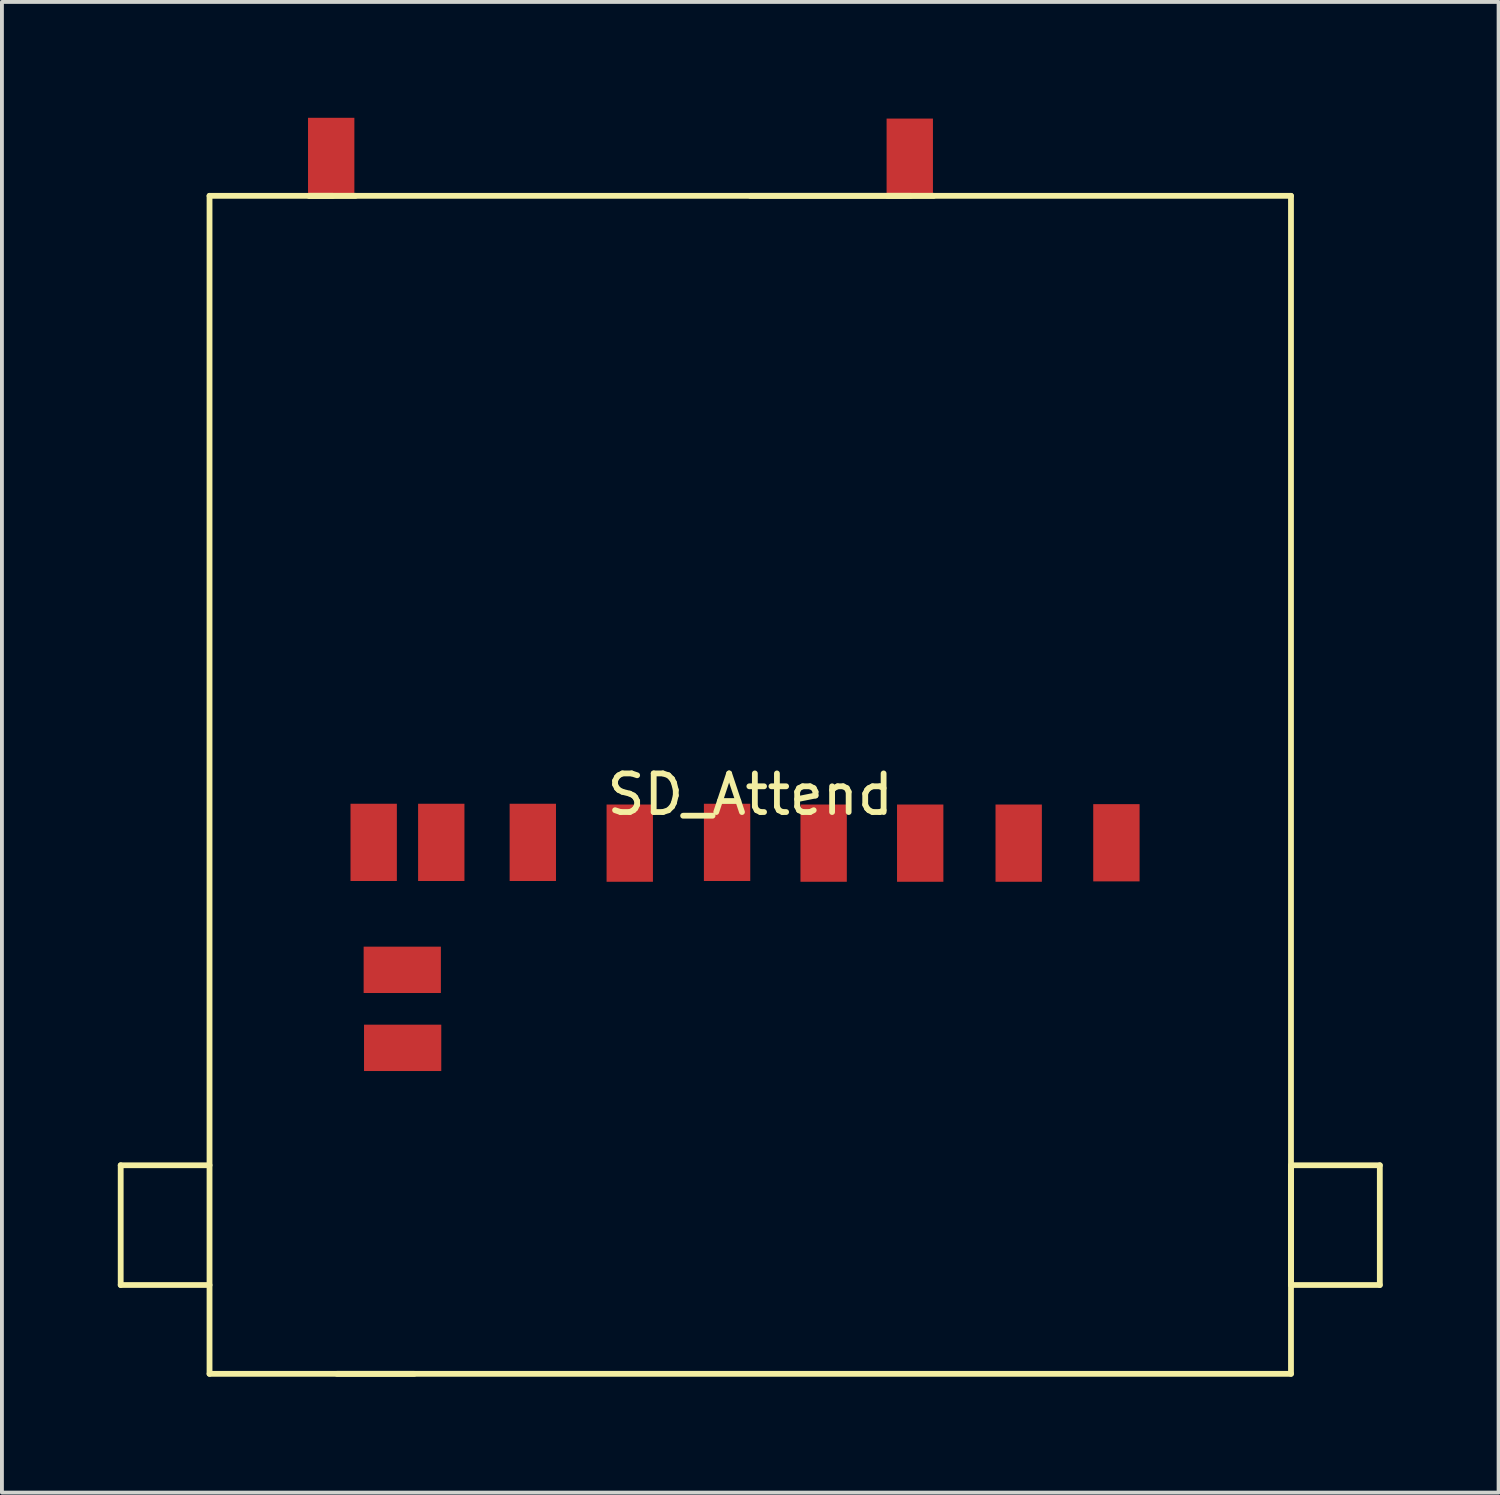
<source format=kicad_pcb>
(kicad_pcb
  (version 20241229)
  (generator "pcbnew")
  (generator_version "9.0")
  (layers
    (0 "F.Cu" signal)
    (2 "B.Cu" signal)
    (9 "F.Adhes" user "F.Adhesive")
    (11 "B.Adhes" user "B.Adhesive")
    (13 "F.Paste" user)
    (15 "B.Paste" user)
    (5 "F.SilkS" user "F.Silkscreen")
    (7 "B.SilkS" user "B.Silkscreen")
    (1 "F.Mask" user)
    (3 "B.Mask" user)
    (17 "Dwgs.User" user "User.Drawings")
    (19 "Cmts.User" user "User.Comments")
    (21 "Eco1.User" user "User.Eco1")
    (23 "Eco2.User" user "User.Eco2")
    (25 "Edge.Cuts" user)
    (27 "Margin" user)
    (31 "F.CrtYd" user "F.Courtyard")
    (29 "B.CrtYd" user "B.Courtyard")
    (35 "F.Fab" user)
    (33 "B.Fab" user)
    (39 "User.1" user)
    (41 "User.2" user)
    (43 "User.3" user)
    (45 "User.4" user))
  (footprint "SD_Attend"
    (layer "F.Cu")
    (at 16.375 17.02)
    (property "Reference" "SD_Attend" (at 0 0.5 0) (layer "F.SilkS") (effects (font (size 1 1) (thickness 0.15))))
    (attr through_hole)
    (fp_line (start -16.3 10.1) (end -14 10.1) (stroke (width 0.15) (type solid)) (layer "F.SilkS"))
    (fp_line (start -16.3 13.2) (end -16.3 10.1) (stroke (width 0.15) (type solid)) (layer "F.SilkS"))
    (fp_line (start -14 -15) (end 14 -15) (stroke (width 0.15) (type solid)) (layer "F.SilkS"))
    (fp_line (start -14 13.2) (end -16.3 13.2) (stroke (width 0.15) (type solid)) (layer "F.SilkS"))
    (fp_line (start -14 15.5) (end -14 -15) (stroke (width 0.15) (type solid)) (layer "F.SilkS"))
    (fp_line (start -11.42 -15) (end -10.81 -15) (stroke (width 0.15) (type solid)) (layer "F.SilkS"))
    (fp_line (start -10.7 15.5) (end -8.7 15.5) (stroke (width 0.15) (type solid)) (layer "F.SilkS"))
    (fp_line (start -10.22 -15) (end -11.42 -15) (stroke (width 0.15) (type solid)) (layer "F.SilkS"))
    (fp_line (start 0 -15) (end 4.15 -15) (stroke (width 0.15) (type solid)) (layer "F.SilkS"))
    (fp_line (start 4.75 -15) (end 3.55 -15) (stroke (width 0.15) (type solid)) (layer "F.SilkS"))
    (fp_line (start 14 -15) (end 14 15.5) (stroke (width 0.15) (type solid)) (layer "F.SilkS"))
    (fp_line (start 14 10.1) (end 16.3 10.1) (stroke (width 0.15) (type solid)) (layer "F.SilkS"))
    (fp_line (start 14 13.2) (end 14 10.1) (stroke (width 0.15) (type solid)) (layer "F.SilkS"))
    (fp_line (start 14 15.5) (end -14 15.5) (stroke (width 0.15) (type solid)) (layer "F.SilkS"))
    (fp_line (start 16.3 10.1) (end 16.3 13.2) (stroke (width 0.15) (type solid)) (layer "F.SilkS"))
    (fp_line (start 16.3 13.2) (end 14 13.2) (stroke (width 0.15) (type solid)) (layer "F.SilkS"))
    (pad "1" smd rect (at 6.95 1.76) (size 1.2 2) (layers "F.Cu" "F.Mask" "F.Paste"))
    (pad "2" smd rect (at 4.4 1.76) (size 1.2 2) (layers "F.Cu" "F.Mask" "F.Paste"))
    (pad "3" smd rect (at 1.9 1.76) (size 1.2 2) (layers "F.Cu" "F.Mask" "F.Paste"))
    (pad "4" smd rect (at -0.6 1.74) (size 1.2 2) (layers "F.Cu" "F.Mask" "F.Paste"))
    (pad "5" smd rect (at -3.12 1.76) (size 1.2 2) (layers "F.Cu" "F.Mask" "F.Paste"))
    (pad "6" smd rect (at -5.63 1.74) (size 1.2 2) (layers "F.Cu" "F.Mask" "F.Paste"))
    (pad "7" smd rect (at -8 1.74) (size 1.2 2) (layers "F.Cu" "F.Mask" "F.Paste"))
    (pad "8" smd rect (at -9.75 1.74) (size 1.2 2) (layers "F.Cu" "F.Mask" "F.Paste"))
    (pad "9" smd rect (at 9.48 1.75) (size 1.2 2) (layers "F.Cu" "F.Mask" "F.Paste"))
    (pad "10" smd rect (at -10.85 -16.02) (size 1.2 2) (layers "F.Cu" "F.Mask" "F.Paste"))
    (pad "11" smd rect (at -9.01 5.04 90) (size 1.2 2) (layers "F.Cu" "F.Mask" "F.Paste"))
    (pad "12" smd rect (at -9 7.06 90) (size 1.2 2) (layers "F.Cu" "F.Mask" "F.Paste"))
    (pad "13" smd rect (at 4.13 -16) (size 1.2 2) (layers "F.Cu" "F.Mask" "F.Paste")))
  (gr_rect
    (start -3 -3)
    (end 35.75 35.595)
    (stroke (width 0.1) (type default))
    (fill no)
    (layer "Edge.Cuts")))
</source>
